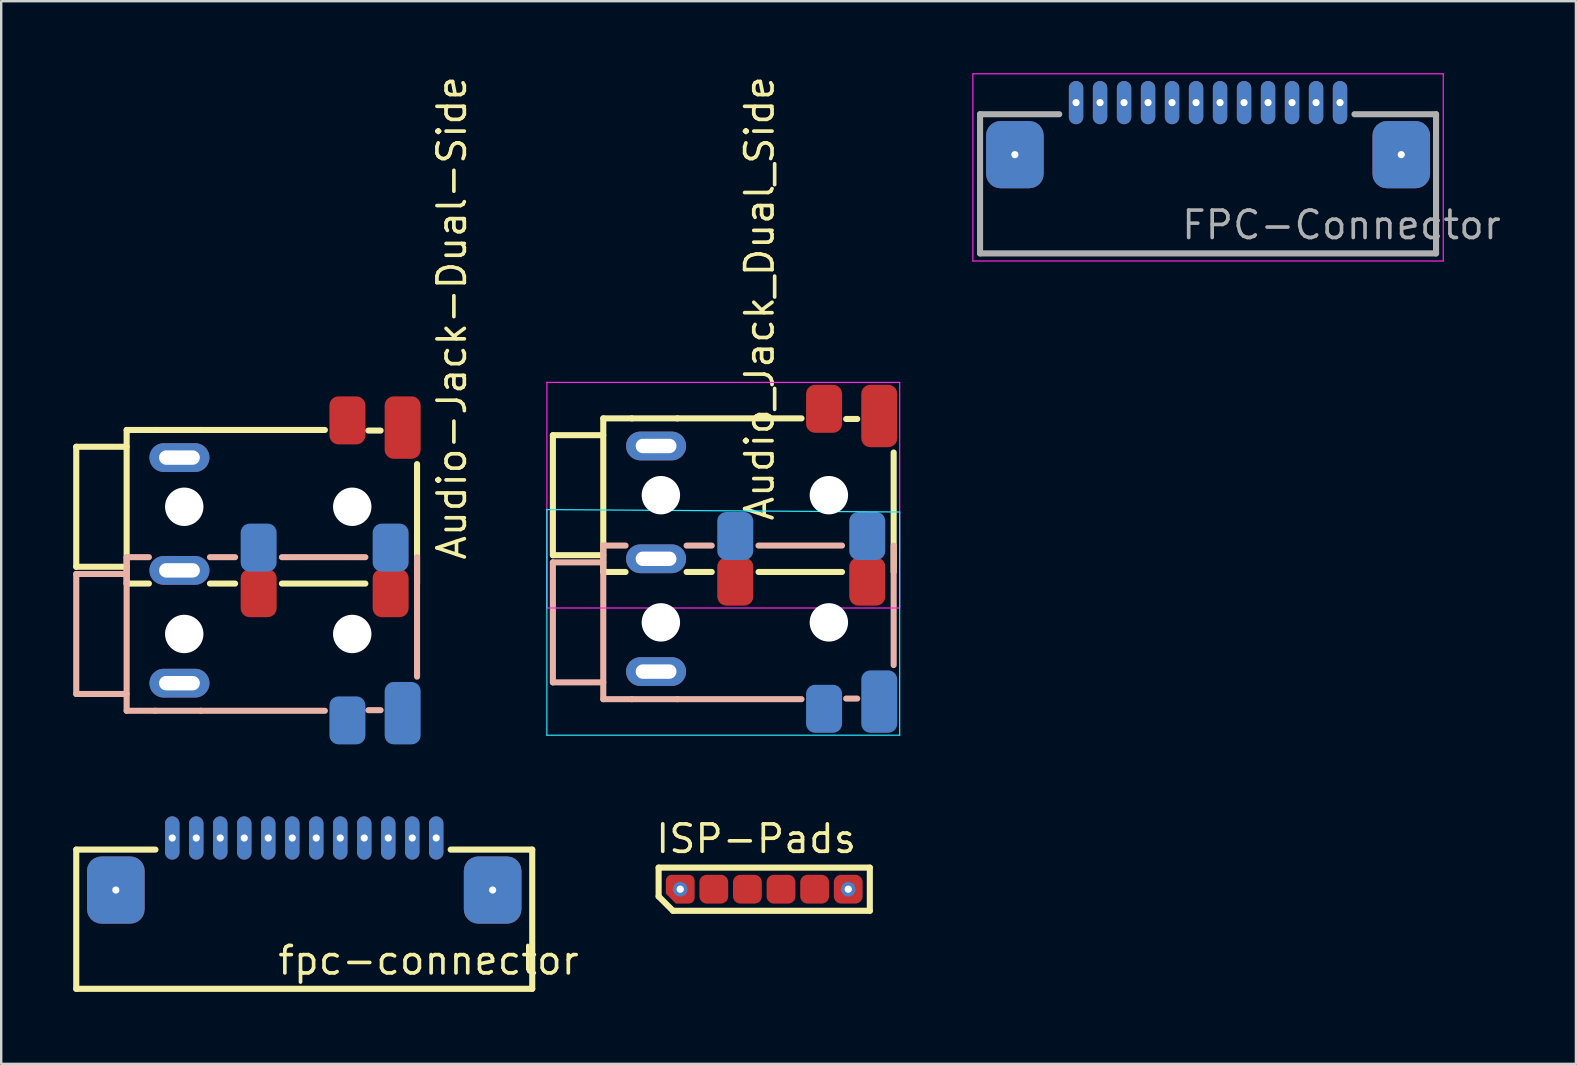
<source format=kicad_pcb>
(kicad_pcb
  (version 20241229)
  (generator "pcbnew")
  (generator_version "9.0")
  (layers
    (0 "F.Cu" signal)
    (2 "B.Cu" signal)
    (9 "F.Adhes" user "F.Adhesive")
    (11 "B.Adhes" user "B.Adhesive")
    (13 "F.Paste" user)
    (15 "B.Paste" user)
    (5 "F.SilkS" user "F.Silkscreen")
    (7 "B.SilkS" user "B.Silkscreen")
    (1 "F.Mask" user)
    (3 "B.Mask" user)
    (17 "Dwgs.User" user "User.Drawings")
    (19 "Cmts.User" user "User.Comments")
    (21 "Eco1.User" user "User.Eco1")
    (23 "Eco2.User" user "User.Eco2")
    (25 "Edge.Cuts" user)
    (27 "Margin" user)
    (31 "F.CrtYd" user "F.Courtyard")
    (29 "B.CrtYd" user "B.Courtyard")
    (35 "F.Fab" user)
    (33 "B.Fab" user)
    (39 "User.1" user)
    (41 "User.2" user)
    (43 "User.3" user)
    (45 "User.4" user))
  (footprint "FPC-Connector"
    (layer "F.Cu")
    (at 47.287 1.225)
    (property "Reference" "FPC-Connector" (at -1.18 5.1 180) (layer "F.Fab") (effects (font (size 1.143 1.143) (thickness 0.152)) (justify left)))
    (attr smd)
    (fp_line (start -9.8 -1.2) (end -9.8 6.6) (stroke (width 0.05) (type solid)) (layer "F.CrtYd"))
    (fp_line (start -9.8 6.6) (end 9.8 6.6) (stroke (width 0.05) (type solid)) (layer "F.CrtYd"))
    (fp_line (start 9.8 -1.2) (end -9.8 -1.2) (stroke (width 0.05) (type solid)) (layer "F.CrtYd"))
    (fp_line (start 9.8 6.6) (end 9.8 -1.2) (stroke (width 0.05) (type solid)) (layer "F.CrtYd"))
    (fp_line (start -9.5 0.484) (end -6.2 0.484) (stroke (width 0.254) (type solid)) (layer "F.Fab"))
    (fp_line (start -9.5 6.284) (end -9.5 0.484) (stroke (width 0.254) (type solid)) (layer "F.Fab"))
    (fp_line (start 9.5 0.484) (end 6.1 0.484) (stroke (width 0.254) (type solid)) (layer "F.Fab"))
    (fp_line (start 9.5 6.284) (end -9.5 6.284) (stroke (width 0.254) (type solid)) (layer "F.Fab"))
    (fp_line (start 9.5 6.284) (end 9.5 0.484) (stroke (width 0.254) (type solid)) (layer "F.Fab"))
    (pad "1" thru_hole oval (at -5.5 0 180) (size 0.6 1.8) (drill 0.3) (layers "*.Cu" "*.Paste" "*.Mask"))
    (pad "2" thru_hole oval (at -4.5 0 180) (size 0.6 1.8) (drill 0.3) (layers "*.Cu" "*.Paste" "*.Mask"))
    (pad "3" thru_hole oval (at -3.5 0 180) (size 0.6 1.8) (drill 0.3) (layers "*.Cu" "*.Paste" "*.Mask"))
    (pad "4" thru_hole oval (at -2.5 0 180) (size 0.6 1.8) (drill 0.3) (layers "*.Cu" "*.Paste" "*.Mask"))
    (pad "5" thru_hole oval (at -1.5 0 180) (size 0.6 1.8) (drill 0.3) (layers "*.Cu" "*.Paste" "*.Mask"))
    (pad "6" thru_hole oval (at -0.5 0 180) (size 0.6 1.8) (drill 0.3) (layers "*.Cu" "*.Paste" "*.Mask"))
    (pad "7" thru_hole oval (at 0.5 0 180) (size 0.6 1.8) (drill 0.3) (layers "*.Cu" "*.Paste" "*.Mask"))
    (pad "8" thru_hole oval (at 1.5 0 180) (size 0.6 1.8) (drill 0.3) (layers "*.Cu" "*.Paste" "*.Mask"))
    (pad "9" thru_hole oval (at 2.5 0 180) (size 0.6 1.8) (drill 0.3) (layers "*.Cu" "*.Paste" "*.Mask"))
    (pad "10" thru_hole oval (at 3.5 0 180) (size 0.6 1.8) (drill 0.3) (layers "*.Cu" "*.Paste" "*.Mask"))
    (pad "11" thru_hole oval (at 4.5 0 180) (size 0.6 1.8) (drill 0.3) (layers "*.Cu" "*.Paste" "*.Mask"))
    (pad "12" thru_hole oval (at 5.498 -0.001 180) (size 0.6 1.8) (drill 0.3) (layers "*.Cu" "*.Paste" "*.Mask"))
    (pad "13" thru_hole roundrect (at -8.05 2.169) (size 2.4 2.8) (drill 0.3) (layers "*.Cu" "*.Paste" "*.Mask") (roundrect_rratio 0.25))
    (pad "14" thru_hole roundrect (at 8.05 2.169) (size 2.4 2.8) (drill 0.3) (layers "*.Cu" "*.Paste" "*.Mask") (roundrect_rratio 0.25) (chamfer_ratio 0.2) (chamfer)))
  (footprint "ISP-Pads"
    (layer "F.Cu")
    (at 25.293 34.001)
    (property "Reference" "ISP-Pads" (at -1.1 -2.1 0) (layer "F.SilkS") (effects (font (size 1.143 1.143) (thickness 0.152)) (justify left)))
    (attr smd)
    (fp_line (start -0.9 -0.9) (end -0.9 0.3) (stroke (width 0.254) (type solid)) (layer "F.SilkS"))
    (fp_line (start -0.9 0.3) (end -0.3 0.9) (stroke (width 0.254) (type solid)) (layer "F.SilkS"))
    (fp_line (start -0.3 0.9) (end 7.9 0.9) (stroke (width 0.254) (type solid)) (layer "F.SilkS"))
    (fp_line (start 7.9 -0.9) (end -0.9 -0.9) (stroke (width 0.254) (type solid)) (layer "F.SilkS"))
    (fp_line (start 7.9 0.9) (end 7.9 -0.9) (stroke (width 0.254) (type solid)) (layer "F.SilkS"))
    (pad "1" thru_hole circle (at 0 0) (size 0.61 0.61) (drill 0.305) (layers "*.Cu" "*.Paste" "*.Mask"))
    (pad "1" smd roundrect (at 0 0) (size 1.2 1.2) (layers "F.Cu" "F.Mask" "F.Paste") (roundrect_rratio 0.2) (chamfer_ratio 0.35) (chamfer bottom_left))
    (pad "2" smd roundrect (at 1.4 0) (size 1.2 1.2) (layers "F.Cu" "F.Mask" "F.Paste") (roundrect_rratio 0.25))
    (pad "3" smd roundrect (at 2.8 0) (size 1.2 1.2) (layers "F.Cu" "F.Mask" "F.Paste") (roundrect_rratio 0.25))
    (pad "4" smd roundrect (at 4.2 0) (size 1.2 1.2) (layers "F.Cu" "F.Mask" "F.Paste") (roundrect_rratio 0.25))
    (pad "5" smd roundrect (at 5.6 0) (size 1.2 1.2) (layers "F.Cu" "F.Mask" "F.Paste") (roundrect_rratio 0.25))
    (pad "6" thru_hole circle (at 7 0) (size 0.61 0.61) (drill 0.305) (layers "*.Cu" "*.Paste" "*.Mask"))
    (pad "6" smd roundrect (at 7 0) (size 1.2 1.2) (layers "F.Cu" "F.Mask" "F.Paste") (roundrect_rratio 0.25)))
  (footprint "Audio_Jack_Dual_Side"
    (layer "F.Cu")
    (at 28.937 17.583)
    (property "Reference" "Audio_Jack_Dual_Side" (at -0.339 1.15 90) (layer "F.SilkS") (effects (font (size 1.143 1.143) (thickness 0.152)) (justify left)))
    (attr smd)
    (fp_line (start -8.95 -2.5) (end -8.95 2.5) (stroke (width 0.254) (type solid)) (layer "F.SilkS"))
    (fp_line (start -8.95 -2.5) (end -6.85 -2.5) (stroke (width 0.254) (type solid)) (layer "F.SilkS"))
    (fp_line (start -8.95 2.5) (end -6.85 2.5) (stroke (width 0.254) (type solid)) (layer "F.SilkS"))
    (fp_line (start -6.85 -3.2) (end -6.85 3.2) (stroke (width 0.254) (type solid)) (layer "F.SilkS"))
    (fp_line (start -6.85 -3.2) (end -5.659 -3.2) (stroke (width 0.254) (type solid)) (layer "F.SilkS"))
    (fp_line (start -6.85 3.2) (end -5.922 3.2) (stroke (width 0.254) (type solid)) (layer "F.SilkS"))
    (fp_line (start -5.659 -3.2) (end -3.761 -3.2) (stroke (width 0.254) (type solid)) (layer "F.SilkS"))
    (fp_line (start -3.761 -3.2) (end 1.41 -3.2) (stroke (width 0.254) (type solid)) (layer "F.SilkS"))
    (fp_line (start -3.378 3.2) (end -2.331 3.2) (stroke (width 0.254) (type solid)) (layer "F.SilkS"))
    (fp_line (start -0.381 3.2) (end 3.097 3.2) (stroke (width 0.254) (type solid)) (layer "F.SilkS"))
    (fp_line (start 3.27 -3.175) (end 3.732 -3.175) (stroke (width 0.254) (type solid)) (layer "F.SilkS"))
    (fp_line (start 5.25 -1.778) (end 5.25 3.2) (stroke (width 0.254) (type solid)) (layer "F.SilkS"))
    (fp_line (start -8.95 2.8) (end -6.85 2.8) (stroke (width 0.254) (type solid)) (layer "B.SilkS"))
    (fp_line (start -8.95 7.8) (end -8.95 2.8) (stroke (width 0.254) (type solid)) (layer "B.SilkS"))
    (fp_line (start -8.95 7.8) (end -6.85 7.8) (stroke (width 0.254) (type solid)) (layer "B.SilkS"))
    (fp_line (start -6.85 2.1) (end -5.922 2.1) (stroke (width 0.254) (type solid)) (layer "B.SilkS"))
    (fp_line (start -6.85 8.5) (end -6.85 2.1) (stroke (width 0.254) (type solid)) (layer "B.SilkS"))
    (fp_line (start -6.85 8.5) (end -5.659 8.5) (stroke (width 0.254) (type solid)) (layer "B.SilkS"))
    (fp_line (start -5.659 8.5) (end -3.761 8.5) (stroke (width 0.254) (type solid)) (layer "B.SilkS"))
    (fp_line (start -3.761 8.5) (end 1.41 8.5) (stroke (width 0.254) (type solid)) (layer "B.SilkS"))
    (fp_line (start -3.378 2.1) (end -2.331 2.1) (stroke (width 0.254) (type solid)) (layer "B.SilkS"))
    (fp_line (start -0.381 2.1) (end 3.097 2.1) (stroke (width 0.254) (type solid)) (layer "B.SilkS"))
    (fp_line (start 3.27 8.475) (end 3.732 8.475) (stroke (width 0.254) (type solid)) (layer "B.SilkS"))
    (fp_line (start 5.25 7.078) (end 5.25 2.1) (stroke (width 0.254) (type solid)) (layer "B.SilkS"))
    (fp_line (start -9.2 0.6) (end 5.5 0.7) (stroke (width 0.05) (type solid)) (layer "B.CrtYd"))
    (fp_line (start -9.2 10) (end -9.2 0.6) (stroke (width 0.05) (type solid)) (layer "B.CrtYd"))
    (fp_line (start 5.5 0.7) (end 5.5 10) (stroke (width 0.05) (type solid)) (layer "B.CrtYd"))
    (fp_line (start 5.5 10) (end -9.2 10) (stroke (width 0.05) (type solid)) (layer "B.CrtYd"))
    (fp_line (start -9.2 -4.7) (end -9.2 4.7) (stroke (width 0.05) (type solid)) (layer "F.CrtYd"))
    (fp_line (start -9.2 4.7) (end 5.5 4.7) (stroke (width 0.05) (type solid)) (layer "F.CrtYd"))
    (fp_line (start 5.5 -4.7) (end -9.2 -4.7) (stroke (width 0.05) (type solid)) (layer "F.CrtYd"))
    (fp_line (start 5.5 4.7) (end 5.5 -4.7) (stroke (width 0.05) (type solid)) (layer "F.CrtYd"))
    (pad "" np_thru_hole circle (at -4.45 0 90) (size 1.6 1.6) (drill 1.6) (layers "*.Cu" "*.Mask"))
    (pad "" np_thru_hole circle (at -4.45 5.3 90) (size 1.6 1.6) (drill 1.6) (layers "*.Cu" "*.Mask"))
    (pad "" np_thru_hole circle (at 2.55 0 90) (size 1.6 1.6) (drill 1.6) (layers "*.Cu" "*.Mask"))
    (pad "" np_thru_hole circle (at 2.55 5.3 90) (size 1.6 1.6) (drill 1.6) (layers "*.Cu" "*.Mask"))
    (pad "G" thru_hole oval (at -4.65 2.65 90) (size 1.2 2.5) (drill oval 0.6 1.7) (layers "*.Cu" "*.Mask"))
    (pad "R" smd roundrect (at -1.35 1.7 90) (size 2 1.5) (layers "B.Cu" "B.Mask" "B.Paste") (roundrect_rratio 0.25))
    (pad "R" smd roundrect (at -1.35 3.6 90) (size 2 1.5) (layers "F.Cu" "F.Mask" "F.Paste") (roundrect_rratio 0.25))
    (pad "RN" smd roundrect (at 4.15 1.7 90) (size 2 1.5) (layers "B.Cu" "B.Mask" "B.Paste") (roundrect_rratio 0.25))
    (pad "RN" smd roundrect (at 4.15 3.6 90) (size 2 1.5) (layers "F.Cu" "F.Mask" "F.Paste") (roundrect_rratio 0.25))
    (pad "S" thru_hole oval (at -4.65 -2.05 90) (size 1.2 2.5) (drill oval 0.6 1.7) (layers "*.Cu" "*.Mask"))
    (pad "S" thru_hole oval (at -4.65 7.35 90) (size 1.2 2.5) (drill oval 0.6 1.7) (layers "*.Cu" "*.Mask"))
    (pad "T" smd roundrect (at 2.35 -3.6 90) (size 2 1.5) (layers "F.Cu" "F.Mask" "F.Paste") (roundrect_rratio 0.25))
    (pad "T" smd roundrect (at 2.35 8.9 90) (size 2 1.5) (layers "B.Cu" "B.Mask" "B.Paste") (roundrect_rratio 0.25))
    (pad "TN" smd roundrect (at 4.65 -3.3 90) (size 2.6 1.5) (layers "F.Cu" "F.Mask" "F.Paste") (roundrect_rratio 0.25))
    (pad "TN" smd roundrect (at 4.65 8.6 90) (size 2.6 1.5) (layers "B.Cu" "B.Mask" "B.Paste") (roundrect_rratio 0.25)))
  (footprint "fpc-connector"
    (layer "F.Cu")
    (at 9.627 31.867)
    (property "Reference" "fpc-connector" (at -1.18 5.1 180) (layer "F.SilkS") (effects (font (size 1.143 1.143) (thickness 0.152)) (justify left)))
    (attr smd)
    (fp_line (start -9.5 0.484) (end -6.2 0.484) (stroke (width 0.254) (type solid)) (layer "F.SilkS"))
    (fp_line (start -9.5 6.284) (end -9.5 0.484) (stroke (width 0.254) (type solid)) (layer "F.SilkS"))
    (fp_line (start 9.5 0.484) (end 6.1 0.484) (stroke (width 0.254) (type solid)) (layer "F.SilkS"))
    (fp_line (start 9.5 6.284) (end -9.5 6.284) (stroke (width 0.254) (type solid)) (layer "F.SilkS"))
    (fp_line (start 9.5 6.284) (end 9.5 0.484) (stroke (width 0.254) (type solid)) (layer "F.SilkS"))
    (pad "1" thru_hole oval (at -5.5 0 180) (size 0.6 1.8) (drill 0.3) (layers "*.Cu" "*.Mask"))
    (pad "2" thru_hole oval (at -4.5 0 180) (size 0.6 1.8) (drill 0.3) (layers "*.Cu" "*.Mask"))
    (pad "3" thru_hole oval (at -3.5 0 180) (size 0.6 1.8) (drill 0.3) (layers "*.Cu" "*.Mask"))
    (pad "4" thru_hole oval (at -2.5 0 180) (size 0.6 1.8) (drill 0.3) (layers "*.Cu" "*.Mask"))
    (pad "5" thru_hole oval (at -1.5 0 180) (size 0.6 1.8) (drill 0.3) (layers "*.Cu" "*.Mask"))
    (pad "6" thru_hole oval (at -0.5 0 180) (size 0.6 1.8) (drill 0.3) (layers "*.Cu" "*.Mask"))
    (pad "7" thru_hole oval (at 0.5 0 180) (size 0.6 1.8) (drill 0.3) (layers "*.Cu" "*.Mask"))
    (pad "8" thru_hole oval (at 1.5 0 180) (size 0.6 1.8) (drill 0.3) (layers "*.Cu" "*.Mask"))
    (pad "9" thru_hole oval (at 2.5 0 180) (size 0.6 1.8) (drill 0.3) (layers "*.Cu" "*.Mask"))
    (pad "10" thru_hole oval (at 3.5 0 180) (size 0.6 1.8) (drill 0.3) (layers "*.Cu" "*.Mask"))
    (pad "11" thru_hole oval (at 4.5 0 180) (size 0.6 1.8) (drill 0.3) (layers "*.Cu" "*.Mask"))
    (pad "12" thru_hole oval (at 5.498 -0.001 180) (size 0.6 1.8) (drill 0.3) (layers "*.Cu" "*.Mask"))
    (pad "13" thru_hole roundrect (at -7.85 2.169) (size 2.4 2.8) (drill 0.3) (layers "*.Cu" "*.Mask") (roundrect_rratio 0.25))
    (pad "14" thru_hole roundrect (at 7.85 2.169) (size 2.4 2.8) (drill 0.3) (layers "*.Cu" "*.Mask") (roundrect_rratio 0.25) (chamfer_ratio 0.2) (chamfer)))
  (footprint "Audio-Jack-Dual-Side"
    (layer "F.Cu")
    (at 9.077 18.066)
    (property "Reference" "Audio-Jack-Dual-Side" (at 6.7 2.3 90) (layer "F.SilkS") (effects (font (size 1.143 1.143) (thickness 0.152)) (justify left)))
    (attr smd)
    (fp_line (start -8.95 -2.5) (end -8.95 2.5) (stroke (width 0.254) (type solid)) (layer "F.SilkS"))
    (fp_line (start -8.95 -2.5) (end -6.85 -2.5) (stroke (width 0.254) (type solid)) (layer "F.SilkS"))
    (fp_line (start -8.95 2.5) (end -6.85 2.5) (stroke (width 0.254) (type solid)) (layer "F.SilkS"))
    (fp_line (start -6.85 -3.2) (end -6.85 3.2) (stroke (width 0.254) (type solid)) (layer "F.SilkS"))
    (fp_line (start -6.85 -3.2) (end -5.659 -3.2) (stroke (width 0.254) (type solid)) (layer "F.SilkS"))
    (fp_line (start -6.85 3.2) (end -5.922 3.2) (stroke (width 0.254) (type solid)) (layer "F.SilkS"))
    (fp_line (start -5.659 -3.2) (end -3.761 -3.2) (stroke (width 0.254) (type solid)) (layer "F.SilkS"))
    (fp_line (start -3.761 -3.2) (end 1.41 -3.2) (stroke (width 0.254) (type solid)) (layer "F.SilkS"))
    (fp_line (start -3.378 3.2) (end -2.331 3.2) (stroke (width 0.254) (type solid)) (layer "F.SilkS"))
    (fp_line (start -0.381 3.2) (end 3.097 3.2) (stroke (width 0.254) (type solid)) (layer "F.SilkS"))
    (fp_line (start 3.224 -3.175) (end 3.732 -3.175) (stroke (width 0.254) (type solid)) (layer "F.SilkS"))
    (fp_line (start 5.25 -1.778) (end 5.25 3.2) (stroke (width 0.254) (type solid)) (layer "F.SilkS"))
    (fp_line (start -8.95 2.8) (end -6.85 2.8) (stroke (width 0.254) (type solid)) (layer "B.SilkS"))
    (fp_line (start -8.95 7.8) (end -8.95 2.8) (stroke (width 0.254) (type solid)) (layer "B.SilkS"))
    (fp_line (start -8.95 7.8) (end -6.85 7.8) (stroke (width 0.254) (type solid)) (layer "B.SilkS"))
    (fp_line (start -6.85 2.1) (end -5.922 2.1) (stroke (width 0.254) (type solid)) (layer "B.SilkS"))
    (fp_line (start -6.85 8.5) (end -6.85 2.1) (stroke (width 0.254) (type solid)) (layer "B.SilkS"))
    (fp_line (start -6.85 8.5) (end -5.659 8.5) (stroke (width 0.254) (type solid)) (layer "B.SilkS"))
    (fp_line (start -5.659 8.5) (end -3.761 8.5) (stroke (width 0.254) (type solid)) (layer "B.SilkS"))
    (fp_line (start -3.761 8.5) (end 1.41 8.5) (stroke (width 0.254) (type solid)) (layer "B.SilkS"))
    (fp_line (start -3.378 2.1) (end -2.331 2.1) (stroke (width 0.254) (type solid)) (layer "B.SilkS"))
    (fp_line (start -0.381 2.1) (end 3.097 2.1) (stroke (width 0.254) (type solid)) (layer "B.SilkS"))
    (fp_line (start 3.224 8.475) (end 3.732 8.475) (stroke (width 0.254) (type solid)) (layer "B.SilkS"))
    (fp_line (start 5.25 7.078) (end 5.25 2.1) (stroke (width 0.254) (type solid)) (layer "B.SilkS"))
    (pad "" np_thru_hole circle (at -4.45 0 90) (size 1.6 1.6) (drill 1.6) (layers "*.Cu" "*.Mask"))
    (pad "" np_thru_hole circle (at -4.45 5.3 90) (size 1.6 1.6) (drill 1.6) (layers "*.Cu" "*.Mask"))
    (pad "" np_thru_hole circle (at 2.55 0 90) (size 1.6 1.6) (drill 1.6) (layers "*.Cu" "*.Mask"))
    (pad "" np_thru_hole circle (at 2.55 5.3 90) (size 1.6 1.6) (drill 1.6) (layers "*.Cu" "*.Mask"))
    (pad "G" thru_hole oval (at -4.65 2.65 90) (size 1.2 2.5) (drill oval 0.6 1.7) (layers "*.Cu" "*.Paste" "*.Mask"))
    (pad "R" smd roundrect (at -1.35 1.7 90) (size 2 1.5) (layers "B.Cu" "B.Mask" "B.Paste") (roundrect_rratio 0.25))
    (pad "R" smd roundrect (at -1.35 3.6 90) (size 2 1.5) (layers "F.Cu" "F.Mask" "F.Paste") (roundrect_rratio 0.25))
    (pad "RN" smd roundrect (at 4.15 1.7 90) (size 2 1.5) (layers "B.Cu" "B.Mask" "B.Paste") (roundrect_rratio 0.25))
    (pad "RN" smd roundrect (at 4.15 3.6 90) (size 2 1.5) (layers "F.Cu" "F.Mask" "F.Paste") (roundrect_rratio 0.25))
    (pad "S" thru_hole oval (at -4.65 -2.05 90) (size 1.2 2.5) (drill oval 0.6 1.7) (layers "*.Cu" "*.Paste" "*.Mask"))
    (pad "S" thru_hole oval (at -4.65 7.35 90) (size 1.2 2.5) (drill oval 0.6 1.7) (layers "*.Cu" "*.Paste" "*.Mask"))
    (pad "T" smd roundrect (at 2.35 -3.6 90) (size 2 1.5) (layers "F.Cu" "F.Mask" "F.Paste") (roundrect_rratio 0.25))
    (pad "T" smd roundrect (at 2.35 8.9 90) (size 2 1.5) (layers "B.Cu" "B.Mask" "B.Paste") (roundrect_rratio 0.25))
    (pad "TN" smd roundrect (at 4.65 -3.3 90) (size 2.6 1.5) (layers "F.Cu" "F.Mask" "F.Paste") (roundrect_rratio 0.25))
    (pad "TN" smd roundrect (at 4.65 8.6 90) (size 2.6 1.5) (layers "B.Cu" "B.Mask" "B.Paste") (roundrect_rratio 0.25)))
  (gr_rect
    (start -3 -3)
    (end 62.615 41.278)
    (stroke (width 0.1) (type default))
    (fill no)
    (layer "Edge.Cuts")))
</source>
